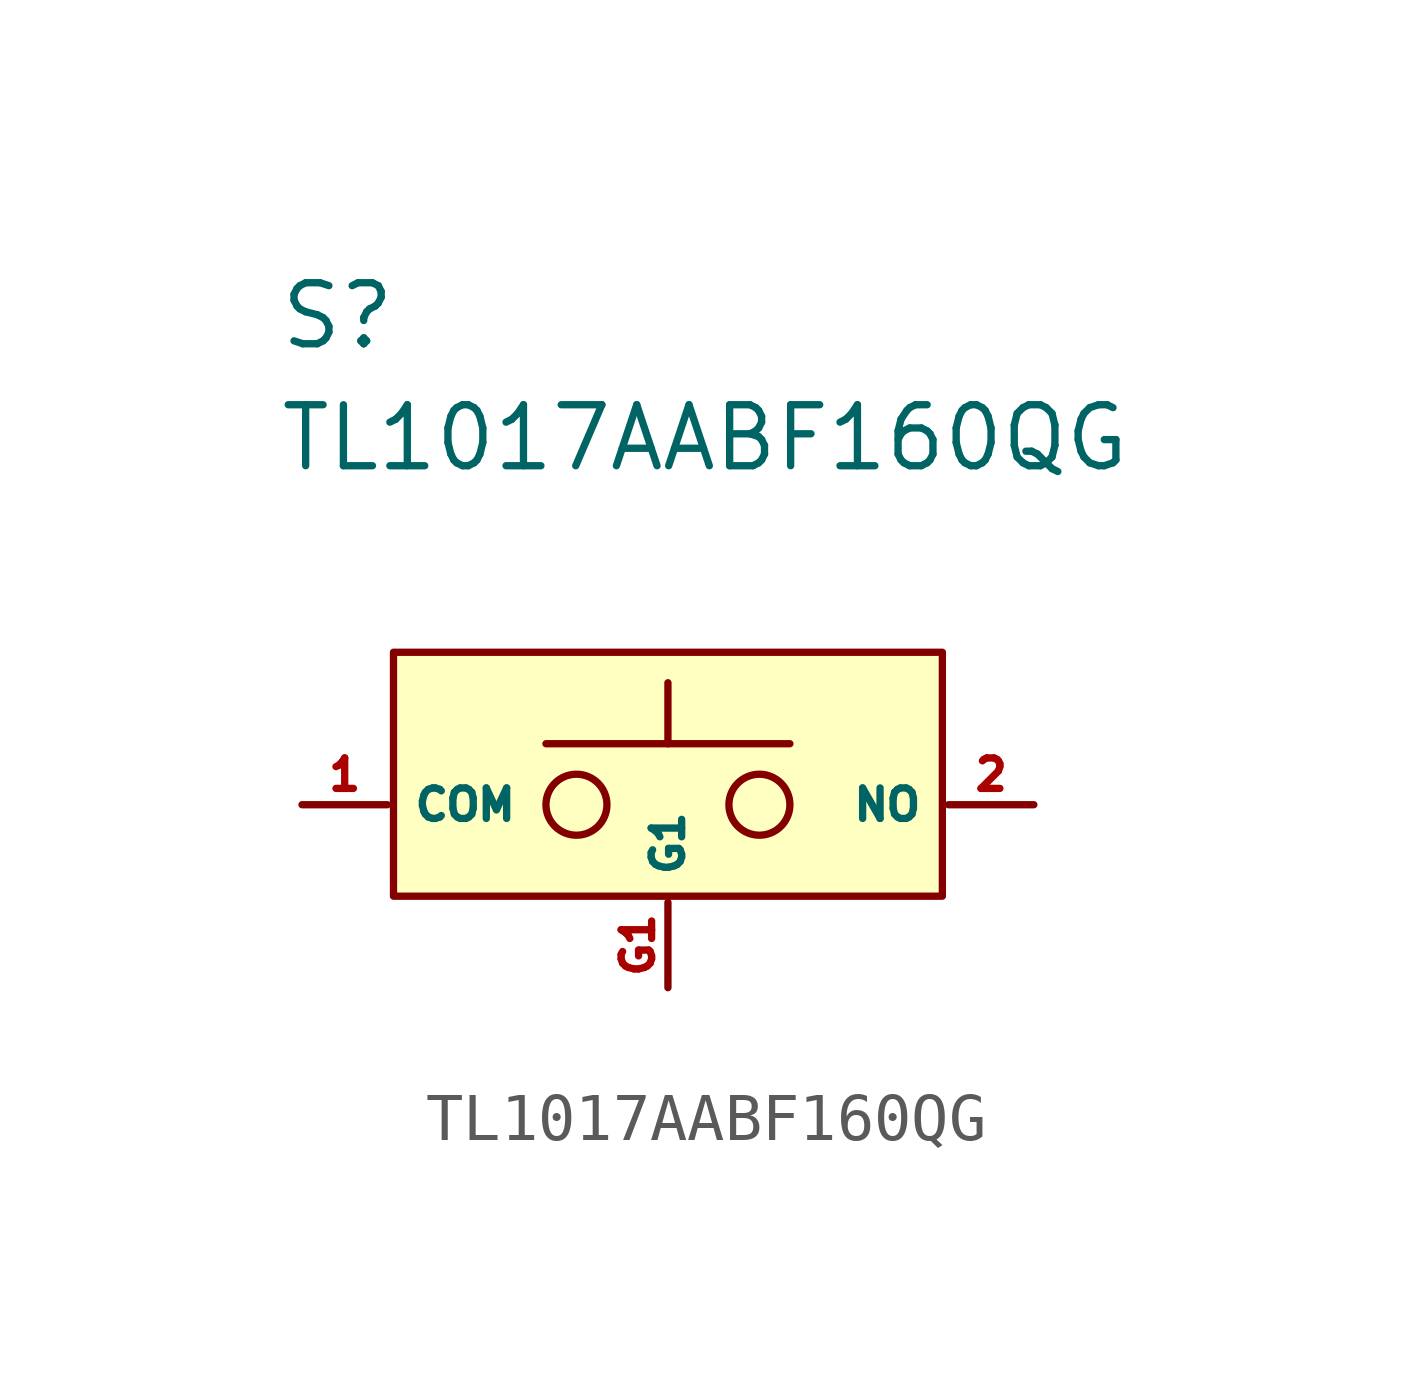
<source format=kicad_sym>
(kicad_symbol_lib
  (version 20231120)
  (generator "kicad_symbol_editor")
  (generator_version "8.0")
  (symbol "TL1017AABF160QG"
    (property "Reference" "S"
      (at 0.762 14.732 0)
      (effects (font (size 1.27 1.27)) (justify left top)))
    (property "Value" "TL1017AABF160QG"
      (at 0.762 12.192 0)
      (effects (font (size 1.27 1.27)) (justify left top)))
    (symbol "TL1017AABF160QG_0_1"
      (polyline (pts (xy 6.35 5.08) (xy 11.43 5.08)) (stroke (width 0) (type default)) (fill (type none)))
      (polyline (pts (xy 8.89 5.08) (xy 8.89 6.35)) (stroke (width 0) (type default)) (fill (type none)))
      (circle (center 6.985 3.81) (radius 0.635) (stroke (width 0) (type default)) (fill (type none)))
      (circle (center 10.795 3.81) (radius 0.635) (stroke (width 0) (type default)) (fill (type none))))
    (symbol "TL1017AABF160QG_1_1"
      (rectangle (start 3.175 6.985) (end 14.605 1.905) (stroke (width 0) (type default)) (fill (type background)))
      (pin passive line (at 1.27 3.81 0) (length 1.778) (name "COM" (effects (font (size 0.635 0.635)))) (number "1" (effects (font (size 0.635 0.635)))))
      (pin passive line (at 16.51 3.81 180) (length 1.778) (name "NO" (effects (font (size 0.635 0.635)))) (number "2" (effects (font (size 0.635 0.635)))))
      (pin passive line (at 8.89 0 90) (length 1.778) (name "G1" (effects (font (size 0.635 0.635)))) (number "G1" (effects (font (size 0.635 0.635))))))))
</source>
